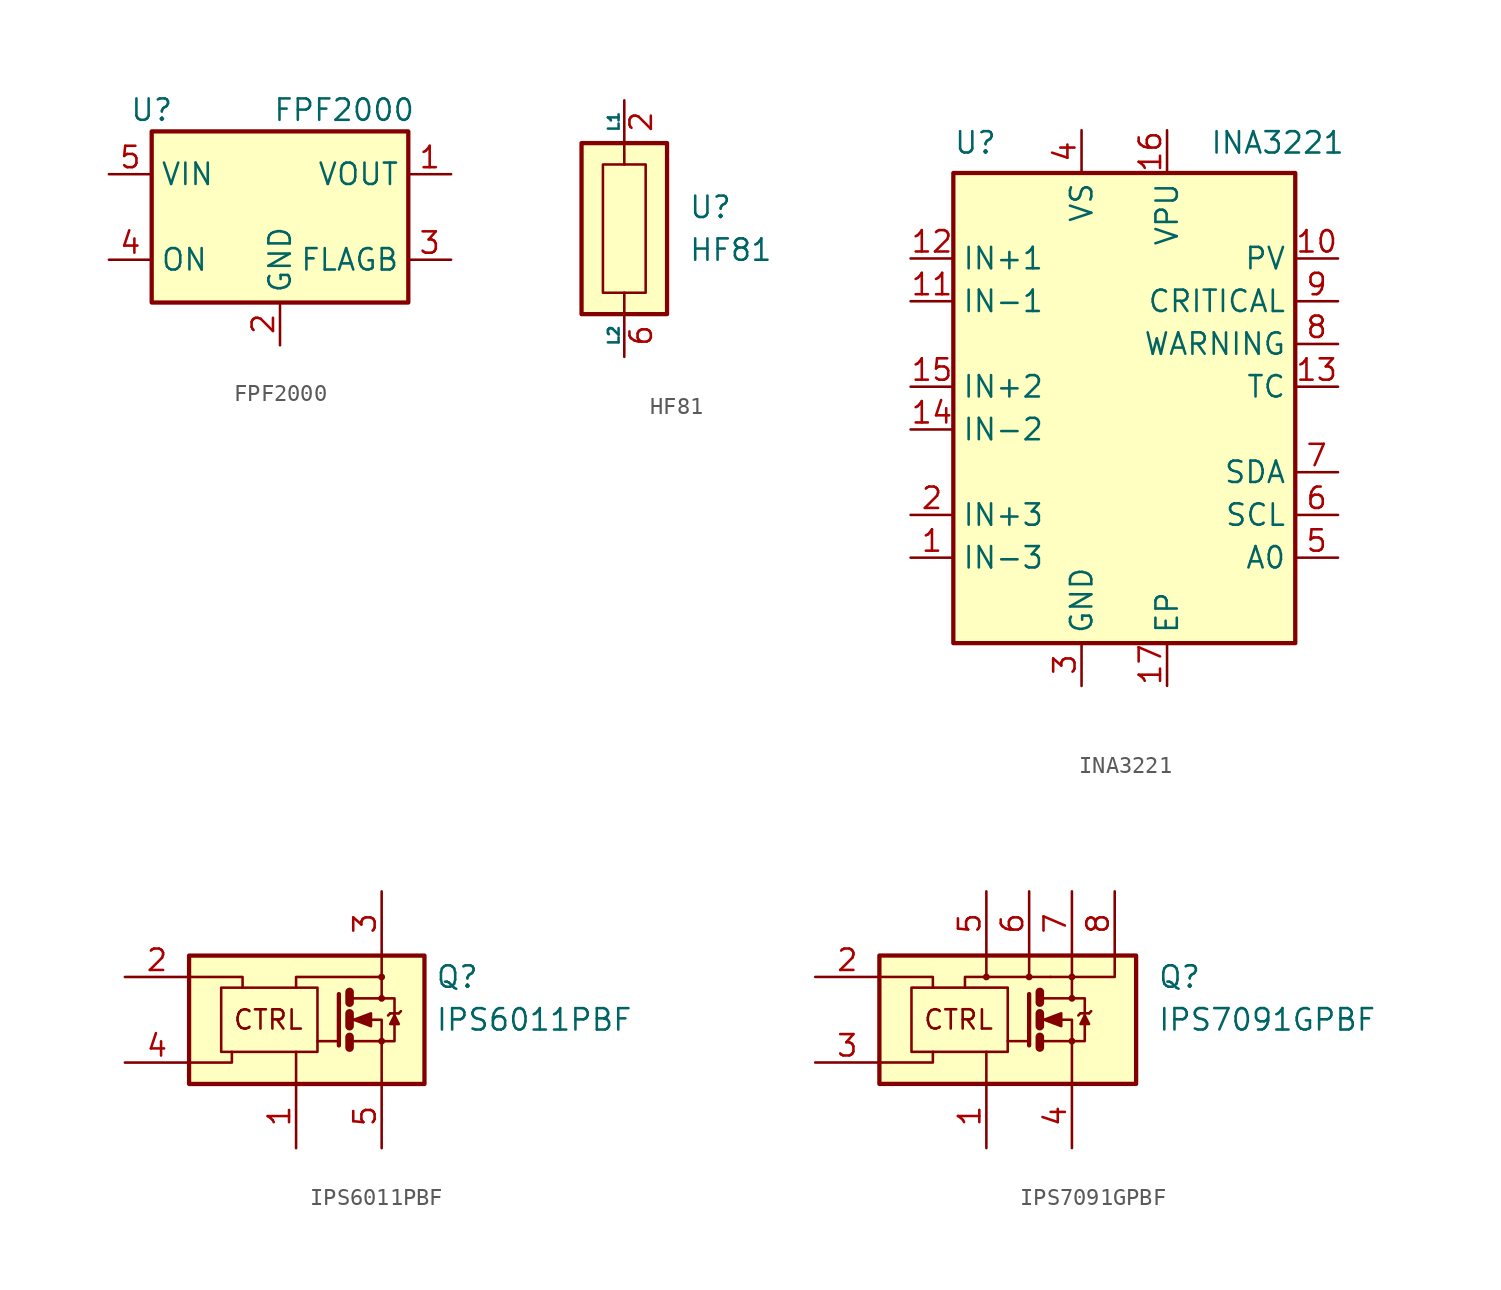
<source format=kicad_sym>
(kicad_symbol_lib
  (version 20241209)
  (generator "kicad_symbol_editor")
  (generator_version "9.0")
  (symbol "FPF2000"
    (property "Reference" "U"
      (at -7.62 6.35 0)
      (effects (font (size 1.27 1.27))))
    (property "Value" "FPF2000"
      (at 3.81 6.35 0)
      (effects (font (size 1.27 1.27))))
    (symbol "FPF2000_0_1"
      (rectangle (start -7.62 5.08) (end 7.62 -5.08) (stroke (width 0.254) (type default)) (fill (type background))))
    (symbol "FPF2000_1_1"
      (pin power_in line (at -10.16 2.54 0) (length 2.54) (name "VIN" (effects (font (size 1.27 1.27)))) (number "5" (effects (font (size 1.27 1.27)))))
      (pin input line (at -10.16 -2.54 0) (length 2.54) (name "ON" (effects (font (size 1.27 1.27)))) (number "4" (effects (font (size 1.27 1.27)))))
      (pin power_in line (at 0 -7.62 90) (length 2.54) (name "GND" (effects (font (size 1.27 1.27)))) (number "2" (effects (font (size 1.27 1.27)))))
      (pin power_out line (at 10.16 2.54 180) (length 2.54) (name "VOUT" (effects (font (size 1.27 1.27)))) (number "1" (effects (font (size 1.27 1.27)))))
      (pin open_collector line (at 10.16 -2.54 180) (length 2.54) (name "FLAGB" (effects (font (size 1.27 1.27)))) (number "3" (effects (font (size 1.27 1.27)))))))
  (symbol "HF81"
    (pin_names
      (offset 0))
    (property "Reference" "U"
      (at 3.81 1.27 0)
      (effects (font (size 1.27 1.27)) (justify left)))
    (property "Value" "HF81"
      (at 3.81 -1.27 0)
      (effects (font (size 1.27 1.27)) (justify left)))
    (symbol "HF81_0_1"
      (rectangle (start -2.54 5.08) (end 2.54 -5.08) (stroke (width 0.254) (type default)) (fill (type background)))
      (rectangle (start -1.27 3.81) (end 1.27 -3.81) (stroke (width 0) (type default)) (fill (type none)))
      (polyline (pts (xy 0 5.08) (xy 0 3.81)) (stroke (width 0) (type default)) (fill (type none)))
      (polyline (pts (xy 0 -3.81) (xy 0 -5.08)) (stroke (width 0) (type default)) (fill (type none))))
    (symbol "HF81_1_1"
      (pin no_connect line (at -2.54 5.08 0) (length 2.54) (hide yes) (name "NC" (effects (font (size 1.27 1.27)))) (number "1" (effects (font (size 1.27 1.27)))))
      (pin no_connect line (at -2.54 2.54 0) (length 2.54) (hide yes) (name "NC" (effects (font (size 1.27 1.27)))) (number "4" (effects (font (size 1.27 1.27)))))
      (pin no_connect line (at -2.54 -2.54 0) (length 2.54) (hide yes) (name "NC" (effects (font (size 1.27 1.27)))) (number "5" (effects (font (size 1.27 1.27)))))
      (pin no_connect line (at -2.54 -5.08 0) (length 2.54) (hide yes) (name "NC" (effects (font (size 1.27 1.27)))) (number "8" (effects (font (size 1.27 1.27)))))
      (pin passive line (at 0 7.62 270) (length 2.54) (name "L1" (effects (font (size 0.635 0.635)))) (number "2" (effects (font (size 1.27 1.27)))))
      (pin passive line (at 0 7.62 270) (length 2.54) (hide yes) (name "L1" (effects (font (size 0.635 0.635)))) (number "3" (effects (font (size 1.27 1.27)))))
      (pin passive line (at 0 -7.62 90) (length 2.54) (name "L2" (effects (font (size 0.635 0.635)))) (number "6" (effects (font (size 1.27 1.27)))))
      (pin passive line (at 0 -7.62 90) (length 2.54) (hide yes) (name "L2" (effects (font (size 0.635 0.635)))) (number "7" (effects (font (size 1.27 1.27)))))))
  (symbol "INA3221"
    (property "Reference" "U"
      (at -10.16 17.78 0)
      (effects (font (size 1.27 1.27)) (justify left top)))
    (property "Value" "INA3221"
      (at 5.08 17.78 0)
      (effects (font (size 1.27 1.27)) (justify left top)))
    (symbol "INA3221_0_1"
      (rectangle (start 10.16 -12.7) (end -10.16 15.24) (stroke (width 0.254) (type default)) (fill (type background))))
    (symbol "INA3221_1_1"
      (pin input line (at -12.7 10.16 0) (length 2.54) (name "IN+1" (effects (font (size 1.27 1.27)))) (number "12" (effects (font (size 1.27 1.27)))))
      (pin input line (at -12.7 7.62 0) (length 2.54) (name "IN-1" (effects (font (size 1.27 1.27)))) (number "11" (effects (font (size 1.27 1.27)))))
      (pin input line (at -12.7 2.54 0) (length 2.54) (name "IN+2" (effects (font (size 1.27 1.27)))) (number "15" (effects (font (size 1.27 1.27)))))
      (pin input line (at -12.7 0 0) (length 2.54) (name "IN-2" (effects (font (size 1.27 1.27)))) (number "14" (effects (font (size 1.27 1.27)))))
      (pin input line (at -12.7 -5.08 0) (length 2.54) (name "IN+3" (effects (font (size 1.27 1.27)))) (number "2" (effects (font (size 1.27 1.27)))))
      (pin input line (at -12.7 -7.62 0) (length 2.54) (name "IN-3" (effects (font (size 1.27 1.27)))) (number "1" (effects (font (size 1.27 1.27)))))
      (pin power_in line (at -2.54 17.78 270) (length 2.54) (name "VS" (effects (font (size 1.27 1.27)))) (number "4" (effects (font (size 1.27 1.27)))))
      (pin power_in line (at -2.54 -15.24 90) (length 2.54) (name "GND" (effects (font (size 1.27 1.27)))) (number "3" (effects (font (size 1.27 1.27)))))
      (pin power_in line (at 2.54 17.78 270) (length 2.54) (name "VPU" (effects (font (size 1.27 1.27)))) (number "16" (effects (font (size 1.27 1.27)))))
      (pin passive line (at 2.54 -15.24 90) (length 2.54) (name "EP" (effects (font (size 1.27 1.27)))) (number "17" (effects (font (size 1.27 1.27)))))
      (pin open_collector line (at 12.7 10.16 180) (length 2.54) (name "PV" (effects (font (size 1.27 1.27)))) (number "10" (effects (font (size 1.27 1.27)))))
      (pin open_collector line (at 12.7 7.62 180) (length 2.54) (name "CRITICAL" (effects (font (size 1.27 1.27)))) (number "9" (effects (font (size 1.27 1.27)))))
      (pin open_collector line (at 12.7 5.08 180) (length 2.54) (name "WARNING" (effects (font (size 1.27 1.27)))) (number "8" (effects (font (size 1.27 1.27)))))
      (pin open_collector line (at 12.7 2.54 180) (length 2.54) (name "TC" (effects (font (size 1.27 1.27)))) (number "13" (effects (font (size 1.27 1.27)))))
      (pin bidirectional line (at 12.7 -2.54 180) (length 2.54) (name "SDA" (effects (font (size 1.27 1.27)))) (number "7" (effects (font (size 1.27 1.27)))))
      (pin input line (at 12.7 -5.08 180) (length 2.54) (name "SCL" (effects (font (size 1.27 1.27)))) (number "6" (effects (font (size 1.27 1.27)))))
      (pin input line (at 12.7 -7.62 180) (length 2.54) (name "A0" (effects (font (size 1.27 1.27)))) (number "5" (effects (font (size 1.27 1.27)))))))
  (symbol "IPS6011PBF"
    (pin_names
      (offset 0)
      (hide yes))
    (property "Reference" "Q"
      (at 8.255 2.54 0)
      (effects (font (size 1.27 1.27)) (justify left)))
    (property "Value" "IPS6011PBF"
      (at 8.255 0 0)
      (effects (font (size 1.27 1.27)) (justify left)))
    (symbol "IPS6011PBF_0_0"
      (rectangle (start -6.35 3.81) (end 7.62 -3.81) (stroke (width 0.254) (type default)) (fill (type background)))
      (polyline (pts (xy -6.35 2.54) (xy -3.175 2.54) (xy -3.175 1.905)) (stroke (width 0) (type default)) (fill (type none)))
      (polyline (pts (xy -6.35 -2.54) (xy -3.81 -2.54) (xy -3.81 -1.905)) (stroke (width 0) (type default)) (fill (type none)))
      (polyline (pts (xy 0 1.905) (xy 0 2.54) (xy 5.08 2.54)) (stroke (width 0) (type default)) (fill (type none)))
      (polyline (pts (xy 0 -3.81) (xy 0 -1.905)) (stroke (width 0) (type default)) (fill (type none)))
      (circle (center 5.08 2.54) (radius 0.127) (stroke (width 0) (type default)) (fill (type none)))
      (text "CTRL" (at -1.651 0 0) (effects (font (size 1.143 1.143)))))
    (symbol "IPS6011PBF_0_1"
      (rectangle (start -4.445 1.905) (end 1.27 -1.905) (stroke (width 0) (type default)) (fill (type none)))
      (polyline (pts (xy 2.54 1.524) (xy 2.54 -1.524) (xy 2.54 -1.524)) (stroke (width 0.254) (type default)) (fill (type none)))
      (polyline (pts (xy 2.54 -1.27) (xy 1.27 -1.27)) (stroke (width 0) (type default)) (fill (type none)))
      (polyline (pts (xy 3.175 1.651) (xy 3.175 1.016)) (stroke (width 0.508) (type default)) (fill (type none)))
      (polyline (pts (xy 3.175 0.381) (xy 3.175 -0.381)) (stroke (width 0.508) (type default)) (fill (type none)))
      (polyline (pts (xy 3.175 -1.016) (xy 3.175 -1.651)) (stroke (width 0.508) (type default)) (fill (type none)))
      (polyline (pts (xy 3.302 1.27) (xy 5.08 1.27) (xy 5.08 3.81)) (stroke (width 0) (type default)) (fill (type none)))
      (polyline (pts (xy 3.302 0) (xy 5.08 0) (xy 5.08 -3.81)) (stroke (width 0) (type default)) (fill (type none)))
      (polyline (pts (xy 3.302 -1.27) (xy 5.08 -1.27)) (stroke (width 0) (type default)) (fill (type none)))
      (polyline (pts (xy 3.429 0) (xy 4.445 0.381) (xy 4.445 -0.381) (xy 3.429 0) (xy 3.556 0) (xy 3.556 0)) (stroke (width 0) (type default)) (fill (type outline)))
      (circle (center 5.08 1.27) (radius 0.127) (stroke (width 0) (type default)) (fill (type none)))
      (polyline (pts (xy 5.08 -1.27) (xy 5.842 -1.27) (xy 5.842 1.27) (xy 5.08 1.27)) (stroke (width 0) (type default)) (fill (type none)))
      (circle (center 5.08 -1.27) (radius 0.127) (stroke (width 0) (type default)) (fill (type none)))
      (polyline (pts (xy 5.588 0.381) (xy 5.461 0.254)) (stroke (width 0) (type default)) (fill (type none)))
      (polyline (pts (xy 5.588 0.381) (xy 6.096 0.381)) (stroke (width 0) (type default)) (fill (type none)))
      (polyline (pts (xy 5.842 0.254) (xy 5.588 -0.254) (xy 6.096 -0.254) (xy 5.842 0.254)) (stroke (width 0) (type default)) (fill (type outline)))
      (polyline (pts (xy 6.096 0.381) (xy 6.223 0.508)) (stroke (width 0) (type default)) (fill (type none))))
    (symbol "IPS6011PBF_1_1"
      (pin input line (at -10.16 2.54 0) (length 3.81) (name "IN" (effects (font (size 1.27 1.27)))) (number "2" (effects (font (size 1.27 1.27)))))
      (pin bidirectional line (at -10.16 -2.54 0) (length 3.81) (name "DG" (effects (font (size 1.27 1.27)))) (number "4" (effects (font (size 1.27 1.27)))))
      (pin power_in line (at 0 -7.62 90) (length 3.81) (name "GND" (effects (font (size 1.27 1.27)))) (number "1" (effects (font (size 1.27 1.27)))))
      (pin power_in line (at 5.08 7.62 270) (length 3.81) (name "VCC" (effects (font (size 1.27 1.27)))) (number "3" (effects (font (size 1.27 1.27)))))
      (pin output line (at 5.08 -7.62 90) (length 3.81) (name "OUT" (effects (font (size 1.27 1.27)))) (number "5" (effects (font (size 1.27 1.27)))))))
  (symbol "IPS7091GPBF"
    (pin_names
      (offset 0)
      (hide yes))
    (property "Reference" "Q"
      (at 10.16 2.54 0)
      (effects (font (size 1.27 1.27)) (justify left)))
    (property "Value" "IPS7091GPBF"
      (at 10.16 0 0)
      (effects (font (size 1.27 1.27)) (justify left)))
    (symbol "IPS7091GPBF_0_0"
      (rectangle (start -6.35 3.81) (end 8.89 -3.81) (stroke (width 0.254) (type default)) (fill (type background)))
      (polyline (pts (xy -6.35 2.54) (xy -3.175 2.54) (xy -3.175 1.905)) (stroke (width 0) (type default)) (fill (type none)))
      (polyline (pts (xy -6.35 -2.54) (xy -3.175 -2.54) (xy -3.175 -1.905)) (stroke (width 0) (type default)) (fill (type none)))
      (polyline (pts (xy -1.27 1.905) (xy -1.27 2.54) (xy 3.81 2.54)) (stroke (width 0) (type default)) (fill (type none)))
      (circle (center 0 2.54) (radius 0.127) (stroke (width 0) (type default)) (fill (type none)))
      (polyline (pts (xy 0 2.54) (xy 0 3.81)) (stroke (width 0) (type default)) (fill (type none)))
      (polyline (pts (xy 0 -3.81) (xy 0 -1.905)) (stroke (width 0) (type default)) (fill (type none)))
      (polyline (pts (xy 2.54 2.54) (xy 2.54 3.81)) (stroke (width 0) (type default)) (fill (type none)))
      (circle (center 2.54 2.54) (radius 0.127) (stroke (width 0) (type default)) (fill (type none)))
      (polyline (pts (xy 3.81 2.54) (xy 5.08 2.54) (xy 5.08 3.81)) (stroke (width 0) (type default)) (fill (type none)))
      (circle (center 5.08 2.54) (radius 0.127) (stroke (width 0) (type default)) (fill (type none)))
      (text "CTRL" (at -1.651 0 0) (effects (font (size 1.143 1.143)))))
    (symbol "IPS7091GPBF_0_1"
      (rectangle (start -4.445 1.905) (end 1.27 -1.905) (stroke (width 0) (type default)) (fill (type none)))
      (polyline (pts (xy 2.54 1.524) (xy 2.54 -1.524) (xy 2.54 -1.524)) (stroke (width 0.254) (type default)) (fill (type none)))
      (polyline (pts (xy 2.54 -1.27) (xy 1.27 -1.27)) (stroke (width 0) (type default)) (fill (type none)))
      (polyline (pts (xy 3.175 1.651) (xy 3.175 1.016)) (stroke (width 0.508) (type default)) (fill (type none)))
      (polyline (pts (xy 3.175 0.381) (xy 3.175 -0.381)) (stroke (width 0.508) (type default)) (fill (type none)))
      (polyline (pts (xy 3.175 -1.016) (xy 3.175 -1.651)) (stroke (width 0.508) (type default)) (fill (type none)))
      (polyline (pts (xy 3.302 1.27) (xy 5.08 1.27)) (stroke (width 0) (type default)) (fill (type none)))
      (polyline (pts (xy 3.302 0) (xy 5.08 0) (xy 5.08 -3.81)) (stroke (width 0) (type default)) (fill (type none)))
      (polyline (pts (xy 3.302 -1.27) (xy 5.08 -1.27)) (stroke (width 0) (type default)) (fill (type none)))
      (polyline (pts (xy 3.429 0) (xy 4.445 0.381) (xy 4.445 -0.381) (xy 3.429 0) (xy 3.556 0) (xy 3.556 0)) (stroke (width 0) (type default)) (fill (type outline)))
      (polyline (pts (xy 5.08 2.54) (xy 7.62 2.54) (xy 7.62 3.81)) (stroke (width 0) (type default)) (fill (type none)))
      (polyline (pts (xy 5.08 1.27) (xy 5.08 2.54)) (stroke (width 0) (type default)) (fill (type none)))
      (polyline (pts (xy 5.08 1.27) (xy 5.842 1.27) (xy 5.842 -1.27) (xy 5.08 -1.27)) (stroke (width 0) (type default)) (fill (type none)))
      (circle (center 5.08 1.27) (radius 0.127) (stroke (width 0) (type default)) (fill (type none)))
      (circle (center 5.08 -1.27) (radius 0.127) (stroke (width 0) (type default)) (fill (type none)))
      (polyline (pts (xy 5.588 0.381) (xy 5.461 0.254)) (stroke (width 0) (type default)) (fill (type none)))
      (polyline (pts (xy 5.588 0.381) (xy 6.096 0.381)) (stroke (width 0) (type default)) (fill (type none)))
      (polyline (pts (xy 5.842 0.254) (xy 5.588 -0.254) (xy 6.096 -0.254) (xy 5.842 0.254)) (stroke (width 0) (type default)) (fill (type outline)))
      (polyline (pts (xy 6.096 0.381) (xy 6.223 0.508)) (stroke (width 0) (type default)) (fill (type none))))
    (symbol "IPS7091GPBF_1_1"
      (pin input line (at -10.16 2.54 0) (length 3.81) (name "IN" (effects (font (size 1.27 1.27)))) (number "2" (effects (font (size 1.27 1.27)))))
      (pin bidirectional line (at -10.16 -2.54 0) (length 3.81) (name "DG" (effects (font (size 1.27 1.27)))) (number "3" (effects (font (size 1.27 1.27)))))
      (pin power_in line (at 0 7.62 270) (length 3.81) (name "VCC" (effects (font (size 1.27 1.27)))) (number "5" (effects (font (size 1.27 1.27)))))
      (pin power_in line (at 0 -7.62 90) (length 3.81) (name "GND" (effects (font (size 1.27 1.27)))) (number "1" (effects (font (size 1.27 1.27)))))
      (pin power_in line (at 2.54 7.62 270) (length 3.81) (name "~" (effects (font (size 1.27 1.27)))) (number "6" (effects (font (size 1.27 1.27)))))
      (pin power_in line (at 5.08 7.62 270) (length 3.81) (name "~" (effects (font (size 1.27 1.27)))) (number "7" (effects (font (size 1.27 1.27)))))
      (pin output line (at 5.08 -7.62 90) (length 3.81) (name "OUT" (effects (font (size 1.27 1.27)))) (number "4" (effects (font (size 1.27 1.27)))))
      (pin power_in line (at 7.62 7.62 270) (length 3.81) (name "~" (effects (font (size 1.27 1.27)))) (number "8" (effects (font (size 1.27 1.27))))))))
</source>
